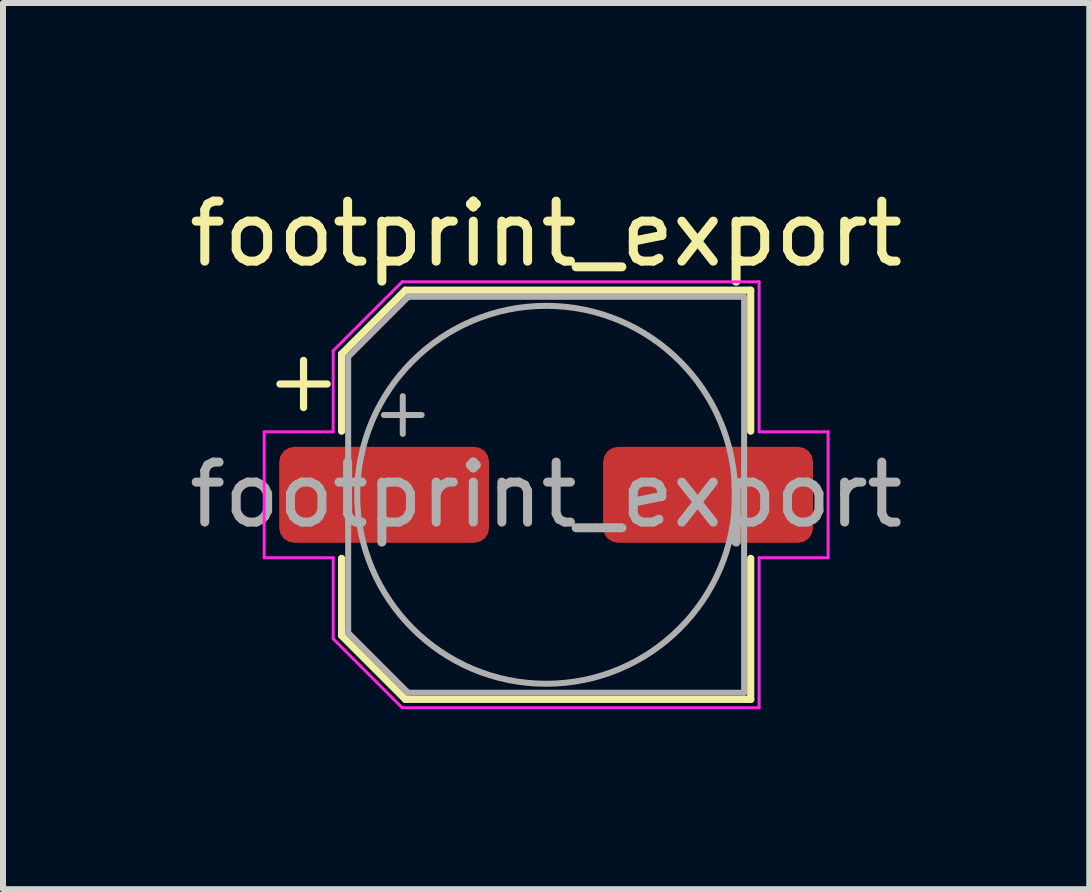
<source format=kicad_pcb>
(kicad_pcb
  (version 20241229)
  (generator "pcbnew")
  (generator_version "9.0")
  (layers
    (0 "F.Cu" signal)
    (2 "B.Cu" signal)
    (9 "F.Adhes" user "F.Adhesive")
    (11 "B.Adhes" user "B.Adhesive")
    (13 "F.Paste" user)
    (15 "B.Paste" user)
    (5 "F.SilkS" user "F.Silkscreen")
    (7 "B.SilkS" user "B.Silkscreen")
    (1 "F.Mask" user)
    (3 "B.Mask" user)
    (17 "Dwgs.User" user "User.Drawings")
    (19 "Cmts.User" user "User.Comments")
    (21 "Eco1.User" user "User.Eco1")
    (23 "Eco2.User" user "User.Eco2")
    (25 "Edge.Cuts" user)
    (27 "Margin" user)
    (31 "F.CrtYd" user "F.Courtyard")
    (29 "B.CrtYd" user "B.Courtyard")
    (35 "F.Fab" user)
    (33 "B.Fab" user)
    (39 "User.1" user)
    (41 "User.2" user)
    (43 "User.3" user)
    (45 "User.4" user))
  (footprint "footprint_export"
    (layer "F.Cu")
    (at 6.054 5.198)
    (property "Reference" "footprint_export" (at 0 -4.35 0) (layer "F.SilkS") (effects (font (size 1 1) (thickness 0.15))))
    (attr smd)
    (fp_line (start -4.438 -1.847) (end -3.65 -1.847) (stroke (width 0.12) (type solid)) (layer "F.SilkS"))
    (fp_line (start -4.044 -2.241) (end -4.044 -1.454) (stroke (width 0.12) (type solid)) (layer "F.SilkS"))
    (fp_line (start -3.41 -2.346) (end -3.41 -1.06) (stroke (width 0.12) (type solid)) (layer "F.SilkS"))
    (fp_line (start -3.41 -2.346) (end -2.346 -3.41) (stroke (width 0.12) (type solid)) (layer "F.SilkS"))
    (fp_line (start -3.41 2.346) (end -3.41 1.06) (stroke (width 0.12) (type solid)) (layer "F.SilkS"))
    (fp_line (start -3.41 2.346) (end -2.346 3.41) (stroke (width 0.12) (type solid)) (layer "F.SilkS"))
    (fp_line (start -2.346 -3.41) (end 3.41 -3.41) (stroke (width 0.12) (type solid)) (layer "F.SilkS"))
    (fp_line (start -2.346 3.41) (end 3.41 3.41) (stroke (width 0.12) (type solid)) (layer "F.SilkS"))
    (fp_line (start 3.41 -3.41) (end 3.41 -1.06) (stroke (width 0.12) (type solid)) (layer "F.SilkS"))
    (fp_line (start 3.41 3.41) (end 3.41 1.06) (stroke (width 0.12) (type solid)) (layer "F.SilkS"))
    (fp_line (start -4.7 -1.05) (end -4.7 1.05) (stroke (width 0.05) (type solid)) (layer "F.CrtYd"))
    (fp_line (start -4.7 1.05) (end -3.55 1.05) (stroke (width 0.05) (type solid)) (layer "F.CrtYd"))
    (fp_line (start -3.55 -2.4) (end -3.55 -1.05) (stroke (width 0.05) (type solid)) (layer "F.CrtYd"))
    (fp_line (start -3.55 -2.4) (end -2.4 -3.55) (stroke (width 0.05) (type solid)) (layer "F.CrtYd"))
    (fp_line (start -3.55 -1.05) (end -4.7 -1.05) (stroke (width 0.05) (type solid)) (layer "F.CrtYd"))
    (fp_line (start -3.55 1.05) (end -3.55 2.4) (stroke (width 0.05) (type solid)) (layer "F.CrtYd"))
    (fp_line (start -3.55 2.4) (end -2.4 3.55) (stroke (width 0.05) (type solid)) (layer "F.CrtYd"))
    (fp_line (start -2.4 -3.55) (end 3.55 -3.55) (stroke (width 0.05) (type solid)) (layer "F.CrtYd"))
    (fp_line (start -2.4 3.55) (end 3.55 3.55) (stroke (width 0.05) (type solid)) (layer "F.CrtYd"))
    (fp_line (start 3.55 -3.55) (end 3.55 -1.05) (stroke (width 0.05) (type solid)) (layer "F.CrtYd"))
    (fp_line (start 3.55 -1.05) (end 4.7 -1.05) (stroke (width 0.05) (type solid)) (layer "F.CrtYd"))
    (fp_line (start 3.55 1.05) (end 3.55 3.55) (stroke (width 0.05) (type solid)) (layer "F.CrtYd"))
    (fp_line (start 4.7 -1.05) (end 4.7 1.05) (stroke (width 0.05) (type solid)) (layer "F.CrtYd"))
    (fp_line (start 4.7 1.05) (end 3.55 1.05) (stroke (width 0.05) (type solid)) (layer "F.CrtYd"))
    (fp_line (start -3.3 -2.3) (end -3.3 2.3) (stroke (width 0.1) (type solid)) (layer "F.Fab"))
    (fp_line (start -3.3 -2.3) (end -2.3 -3.3) (stroke (width 0.1) (type solid)) (layer "F.Fab"))
    (fp_line (start -3.3 2.3) (end -2.3 3.3) (stroke (width 0.1) (type solid)) (layer "F.Fab"))
    (fp_line (start -2.705 -1.33) (end -2.075 -1.33) (stroke (width 0.1) (type solid)) (layer "F.Fab"))
    (fp_line (start -2.39 -1.645) (end -2.39 -1.015) (stroke (width 0.1) (type solid)) (layer "F.Fab"))
    (fp_line (start -2.3 -3.3) (end 3.3 -3.3) (stroke (width 0.1) (type solid)) (layer "F.Fab"))
    (fp_line (start -2.3 3.3) (end 3.3 3.3) (stroke (width 0.1) (type solid)) (layer "F.Fab"))
    (fp_line (start 3.3 -3.3) (end 3.3 3.3) (stroke (width 0.1) (type solid)) (layer "F.Fab"))
    (fp_circle (center 0 0) (end 3.15 0) (stroke (width 0.1) (type solid)) (fill no) (layer "F.Fab"))
    (fp_text user "${REFERENCE}" (at 0 0 0) (layer "F.Fab") (effects (font (size 1 1) (thickness 0.15))))
    (pad "1" smd roundrect (at -2.7 0) (size 3.5 1.6) (layers "F.Cu" "F.Mask" "F.Paste") (roundrect_rratio 0.156))
    (pad "2" smd roundrect (at 2.7 0) (size 3.5 1.6) (layers "F.Cu" "F.Mask" "F.Paste") (roundrect_rratio 0.156)))
  (gr_rect
    (start -3 -3)
    (end 15.107 11.773)
    (stroke (width 0.1) (type default))
    (fill no)
    (layer "Edge.Cuts")))
</source>
